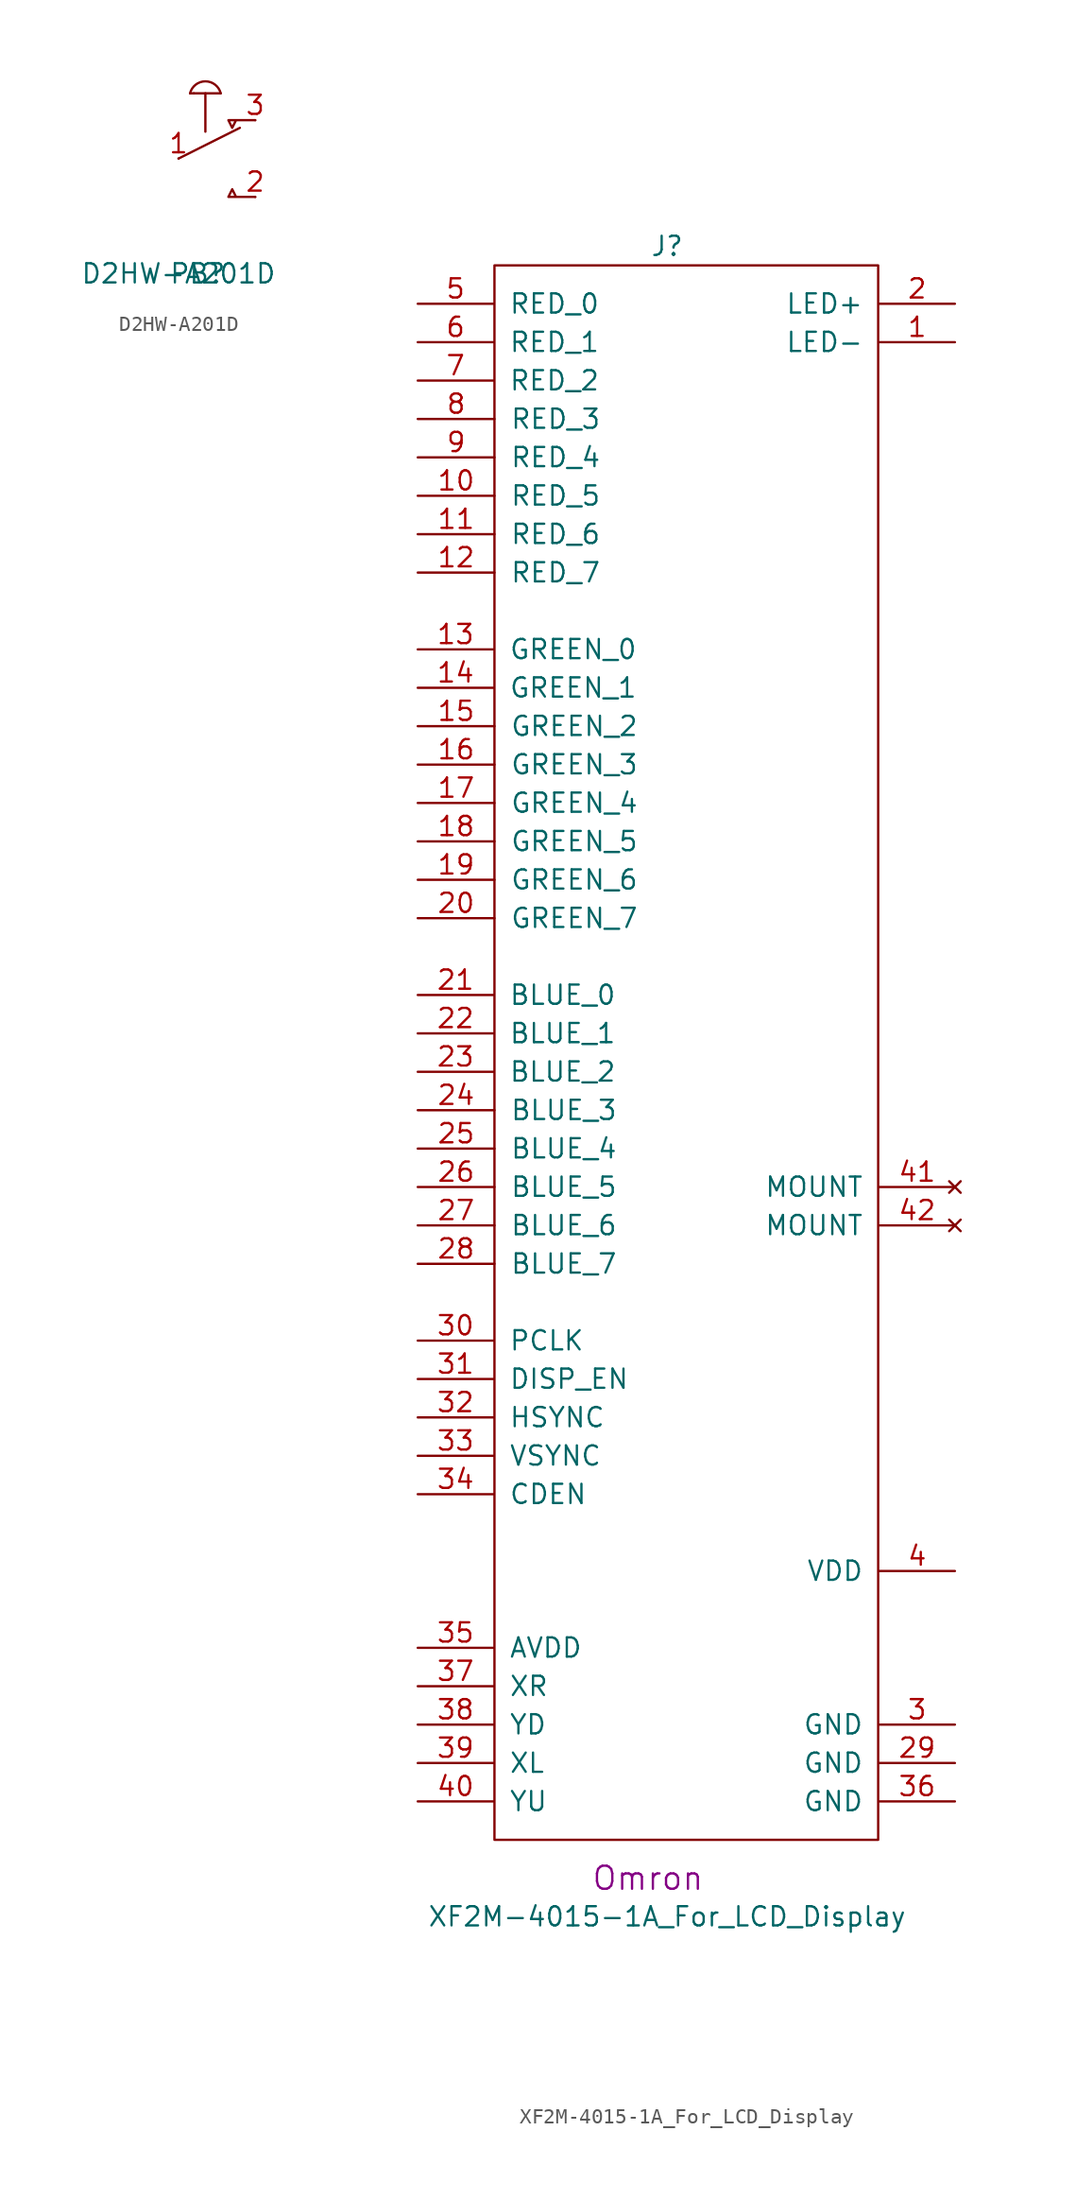
<source format=kicad_sym>
(kicad_symbol_lib
  (version 20220914)
  (generator kicad_symbol_editor)
  (symbol "D2HW-A201D"
    (pin_names
      (offset 1.016) hide)
    (property "Reference" "PB"
      (at -1.27 -5.08 0)
      (effects (font (size 1.27 1.27))))
    (property "Value" "D2HW-A201D"
      (at -2.54 -5.08 0)
      (effects (font (size 1.27 1.27))))
    (property "Datasheet" ""
      (at -1.27 5.715 0)
      (effects (font (size 1.524 1.524))))
    (symbol "D2HW-A201D_0_1"
      (polyline (pts (xy -2.54 2.54) (xy 1.524 4.572)) (stroke (width 0) (type solid)) (fill (type none)))
      (polyline (pts (xy -1.524 6.858) (xy -1.778 6.858)) (stroke (width 0) (type solid)) (fill (type none)))
      (polyline (pts (xy -1.524 6.858) (xy 0.254 6.858)) (stroke (width 0) (type solid)) (fill (type none)))
      (polyline (pts (xy -0.762 6.858) (xy -0.762 4.318)) (stroke (width 0) (type solid)) (fill (type none)))
      (polyline (pts (xy 2.54 0) (xy 0.762 0) (xy 1.016 0.508) (xy 1.27 0)) (stroke (width 0) (type solid)) (fill (type none)))
      (polyline (pts (xy 2.54 5.08) (xy 0.762 5.08) (xy 1.016 4.572) (xy 1.27 5.08)) (stroke (width 0) (type solid)) (fill (type none)))
      (arc (start 0.254 6.858) (mid -0.762 7.6513) (end -1.778 6.858) (stroke (width 0) (type solid)) (fill (type none))))
    (symbol "D2HW-A201D_1_1"
      (pin passive line (at -2.54 2.54 0) (length 0) (name "1" (effects (font (size 1.27 1.27)))) (number "1" (effects (font (size 1.27 1.27)))))
      (pin passive line (at 2.54 0 180) (length 0) (name "2" (effects (font (size 1.27 1.27)))) (number "2" (effects (font (size 1.27 1.27)))))
      (pin passive line (at 2.54 5.08 180) (length 0) (name "3" (effects (font (size 1.27 1.27)))) (number "3" (effects (font (size 1.27 1.27)))))))
  (symbol "XF2M-4015-1A_For_LCD_Display"
    (pin_names
      (offset 1.016))
    (property "Reference" "J"
      (at 11.43 105.41 0)
      (effects (font (size 1.27 1.27))))
    (property "Value" "XF2M-4015-1A_For_LCD_Display"
      (at 11.43 -5.08 0)
      (effects (font (size 1.27 1.27))))
    (property "Datasheet" ""
      (at 17.78 64.77 0)
      (effects (font (size 1.27 1.27))))
    (property "Manufacturer" "Omron"
      (at 10.16 -2.54 0)
      (effects (font (size 1.524 1.524))))
    (symbol "XF2M-4015-1A_For_LCD_Display_0_1"
      (rectangle (start 0 104.14) (end 25.4 0) (stroke (width 0) (type solid)) (fill (type none))))
    (symbol "XF2M-4015-1A_For_LCD_Display_1_1"
      (pin passive line (at 30.48 99.06 180) (length 5.004) (name "LED-" (effects (font (size 1.27 1.27)))) (number "1" (effects (font (size 1.27 1.27)))))
      (pin passive line (at -5.08 88.9 0) (length 5.08) (name "RED_5" (effects (font (size 1.27 1.27)))) (number "10" (effects (font (size 1.27 1.27)))))
      (pin passive line (at -5.08 86.36 0) (length 5.08) (name "RED_6" (effects (font (size 1.27 1.27)))) (number "11" (effects (font (size 1.27 1.27)))))
      (pin passive line (at -5.08 83.82 0) (length 5.08) (name "RED_7" (effects (font (size 1.27 1.27)))) (number "12" (effects (font (size 1.27 1.27)))))
      (pin passive line (at -5.08 78.74 0) (length 5.004) (name "GREEN_0" (effects (font (size 1.27 1.27)))) (number "13" (effects (font (size 1.27 1.27)))))
      (pin passive line (at -5.08 76.2 0) (length 5.004) (name "GREEN_1" (effects (font (size 1.27 1.27)))) (number "14" (effects (font (size 1.27 1.27)))))
      (pin passive line (at -5.08 73.66 0) (length 5.08) (name "GREEN_2" (effects (font (size 1.27 1.27)))) (number "15" (effects (font (size 1.27 1.27)))))
      (pin passive line (at -5.08 71.12 0) (length 5.08) (name "GREEN_3" (effects (font (size 1.27 1.27)))) (number "16" (effects (font (size 1.27 1.27)))))
      (pin passive line (at -5.08 68.58 0) (length 5.08) (name "GREEN_4" (effects (font (size 1.27 1.27)))) (number "17" (effects (font (size 1.27 1.27)))))
      (pin passive line (at -5.08 66.04 0) (length 5.08) (name "GREEN_5" (effects (font (size 1.27 1.27)))) (number "18" (effects (font (size 1.27 1.27)))))
      (pin passive line (at -5.08 63.5 0) (length 5.08) (name "GREEN_6" (effects (font (size 1.27 1.27)))) (number "19" (effects (font (size 1.27 1.27)))))
      (pin passive line (at 30.48 101.6 180) (length 5.004) (name "LED+" (effects (font (size 1.27 1.27)))) (number "2" (effects (font (size 1.27 1.27)))))
      (pin passive line (at -5.08 60.96 0) (length 5.08) (name "GREEN_7" (effects (font (size 1.27 1.27)))) (number "20" (effects (font (size 1.27 1.27)))))
      (pin passive line (at -5.08 55.88 0) (length 5.004) (name "BLUE_0" (effects (font (size 1.27 1.27)))) (number "21" (effects (font (size 1.27 1.27)))))
      (pin passive line (at -5.08 53.34 0) (length 5.004) (name "BLUE_1" (effects (font (size 1.27 1.27)))) (number "22" (effects (font (size 1.27 1.27)))))
      (pin passive line (at -5.08 50.8 0) (length 5.004) (name "BLUE_2" (effects (font (size 1.27 1.27)))) (number "23" (effects (font (size 1.27 1.27)))))
      (pin passive line (at -5.08 48.26 0) (length 5.08) (name "BLUE_3" (effects (font (size 1.27 1.27)))) (number "24" (effects (font (size 1.27 1.27)))))
      (pin passive line (at -5.08 45.72 0) (length 5.08) (name "BLUE_4" (effects (font (size 1.27 1.27)))) (number "25" (effects (font (size 1.27 1.27)))))
      (pin passive line (at -5.08 43.18 0) (length 5.08) (name "BLUE_5" (effects (font (size 1.27 1.27)))) (number "26" (effects (font (size 1.27 1.27)))))
      (pin passive line (at -5.08 40.64 0) (length 5.08) (name "BLUE_6" (effects (font (size 1.27 1.27)))) (number "27" (effects (font (size 1.27 1.27)))))
      (pin passive line (at -5.08 38.1 0) (length 5.08) (name "BLUE_7" (effects (font (size 1.27 1.27)))) (number "28" (effects (font (size 1.27 1.27)))))
      (pin power_in line (at 30.48 5.08 180) (length 5.004) (name "GND" (effects (font (size 1.27 1.27)))) (number "29" (effects (font (size 1.27 1.27)))))
      (pin power_in line (at 30.48 7.62 180) (length 5.004) (name "GND" (effects (font (size 1.27 1.27)))) (number "3" (effects (font (size 1.27 1.27)))))
      (pin passive line (at -5.08 33.02 0) (length 5.004) (name "PCLK" (effects (font (size 1.27 1.27)))) (number "30" (effects (font (size 1.27 1.27)))))
      (pin passive line (at -5.08 30.48 0) (length 5.004) (name "DISP_EN" (effects (font (size 1.27 1.27)))) (number "31" (effects (font (size 1.27 1.27)))))
      (pin passive line (at -5.08 27.94 0) (length 5.004) (name "HSYNC" (effects (font (size 1.27 1.27)))) (number "32" (effects (font (size 1.27 1.27)))))
      (pin passive line (at -5.08 25.4 0) (length 5.004) (name "VSYNC" (effects (font (size 1.27 1.27)))) (number "33" (effects (font (size 1.27 1.27)))))
      (pin passive line (at -5.08 22.86 0) (length 5.004) (name "CDEN" (effects (font (size 1.27 1.27)))) (number "34" (effects (font (size 1.27 1.27)))))
      (pin passive line (at -5.08 12.7 0) (length 5.004) (name "AVDD" (effects (font (size 1.27 1.27)))) (number "35" (effects (font (size 1.27 1.27)))))
      (pin power_in line (at 30.48 2.54 180) (length 5.004) (name "GND" (effects (font (size 1.27 1.27)))) (number "36" (effects (font (size 1.27 1.27)))))
      (pin passive line (at -5.08 10.16 0) (length 5.004) (name "XR" (effects (font (size 1.27 1.27)))) (number "37" (effects (font (size 1.27 1.27)))))
      (pin passive line (at -5.08 7.62 0) (length 5.004) (name "YD" (effects (font (size 1.27 1.27)))) (number "38" (effects (font (size 1.27 1.27)))))
      (pin passive line (at -5.08 5.08 0) (length 5.004) (name "XL" (effects (font (size 1.27 1.27)))) (number "39" (effects (font (size 1.27 1.27)))))
      (pin power_in line (at 30.48 17.78 180) (length 5.004) (name "VDD" (effects (font (size 1.27 1.27)))) (number "4" (effects (font (size 1.27 1.27)))))
      (pin passive line (at -5.08 2.54 0) (length 5.004) (name "YU" (effects (font (size 1.27 1.27)))) (number "40" (effects (font (size 1.27 1.27)))))
      (pin no_connect line (at 30.48 43.18 180) (length 5.004) (name "MOUNT" (effects (font (size 1.27 1.27)))) (number "41" (effects (font (size 1.27 1.27)))))
      (pin no_connect line (at 30.48 40.64 180) (length 5.004) (name "MOUNT" (effects (font (size 1.27 1.27)))) (number "42" (effects (font (size 1.27 1.27)))))
      (pin passive line (at -5.08 101.6 0) (length 5.004) (name "RED_0" (effects (font (size 1.27 1.27)))) (number "5" (effects (font (size 1.27 1.27)))))
      (pin passive line (at -5.08 99.06 0) (length 5.004) (name "RED_1" (effects (font (size 1.27 1.27)))) (number "6" (effects (font (size 1.27 1.27)))))
      (pin passive line (at -5.08 96.52 0) (length 5.004) (name "RED_2" (effects (font (size 1.27 1.27)))) (number "7" (effects (font (size 1.27 1.27)))))
      (pin passive line (at -5.08 93.98 0) (length 5.08) (name "RED_3" (effects (font (size 1.27 1.27)))) (number "8" (effects (font (size 1.27 1.27)))))
      (pin passive line (at -5.08 91.44 0) (length 5.08) (name "RED_4" (effects (font (size 1.27 1.27)))) (number "9" (effects (font (size 1.27 1.27))))))))
</source>
